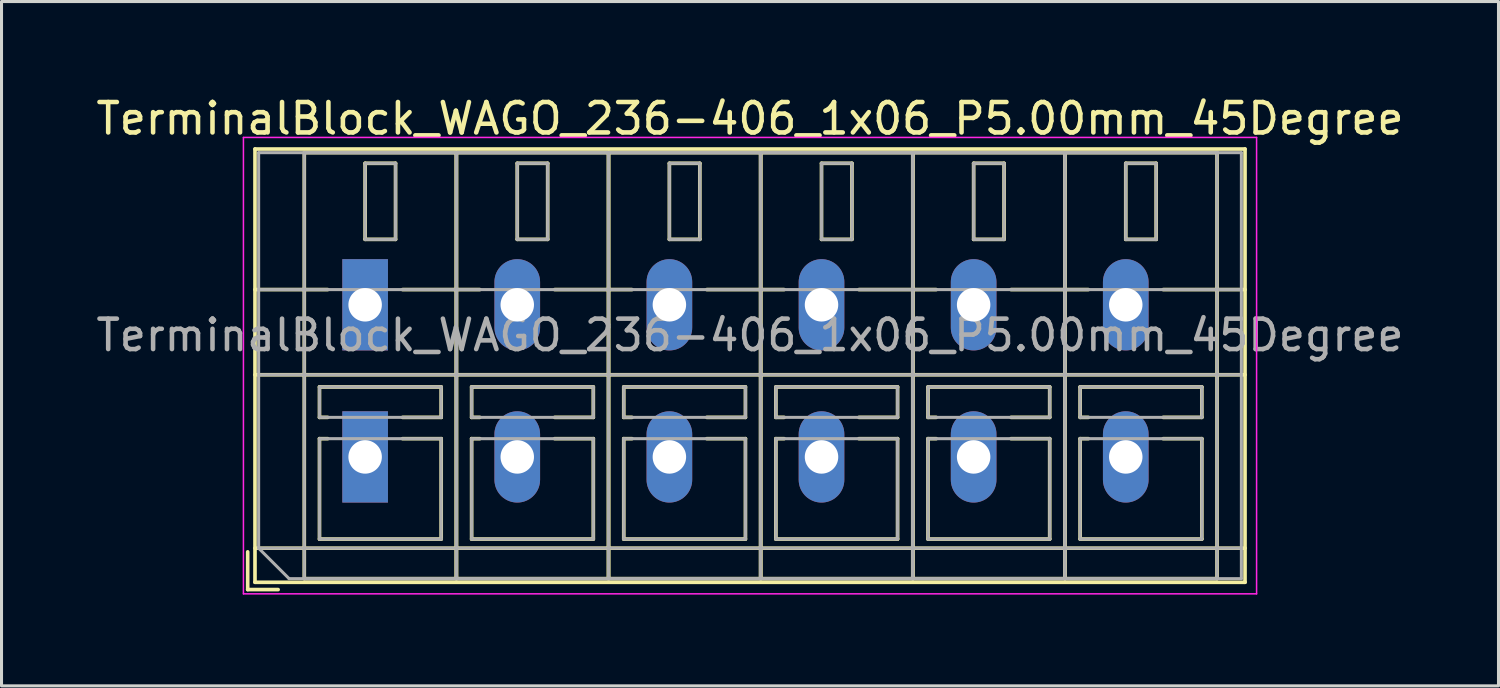
<source format=kicad_pcb>
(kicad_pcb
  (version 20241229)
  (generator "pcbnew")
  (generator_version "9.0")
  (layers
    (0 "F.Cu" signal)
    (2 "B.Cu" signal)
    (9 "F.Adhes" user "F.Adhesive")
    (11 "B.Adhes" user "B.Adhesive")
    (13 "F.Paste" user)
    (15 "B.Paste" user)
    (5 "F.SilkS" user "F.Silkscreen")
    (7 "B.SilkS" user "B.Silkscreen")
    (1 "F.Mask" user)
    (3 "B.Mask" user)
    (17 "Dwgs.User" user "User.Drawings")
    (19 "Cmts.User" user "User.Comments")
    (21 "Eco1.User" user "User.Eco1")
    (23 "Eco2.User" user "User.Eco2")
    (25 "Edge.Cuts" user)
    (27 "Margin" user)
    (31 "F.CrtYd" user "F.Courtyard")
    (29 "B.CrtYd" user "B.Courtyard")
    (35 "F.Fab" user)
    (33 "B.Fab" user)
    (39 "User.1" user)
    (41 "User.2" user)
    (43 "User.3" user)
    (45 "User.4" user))
  (footprint "TerminalBlock_WAGO_236-406_1x06_P5.00mm_45Degree"
    (layer "F.Cu")
    (at 8.951 6.968)
    (property "Reference" "TerminalBlock_WAGO_236-406_1x06_P5.00mm_45Degree" (at 12.65 -6.12 0) (layer "F.SilkS") (effects (font (size 1 1) (thickness 0.15))))
    (attr through_hole)
    (fp_line (start -3.86 8.12) (end -3.86 9.36) (stroke (width 0.12) (type solid)) (layer "F.SilkS"))
    (fp_line (start -3.86 9.36) (end -2.86 9.36) (stroke (width 0.12) (type solid)) (layer "F.SilkS"))
    (fp_line (start -3.62 -5.12) (end -3.62 9.12) (stroke (width 0.12) (type solid)) (layer "F.SilkS"))
    (fp_line (start -3.62 -5.12) (end 28.92 -5.12) (stroke (width 0.12) (type solid)) (layer "F.SilkS"))
    (fp_line (start -3.62 -0.5) (end -1.23 -0.5) (stroke (width 0.12) (type solid)) (layer "F.SilkS"))
    (fp_line (start -3.62 2.3) (end 28.92 2.3) (stroke (width 0.12) (type solid)) (layer "F.SilkS"))
    (fp_line (start -3.62 8) (end 28.92 8) (stroke (width 0.12) (type solid)) (layer "F.SilkS"))
    (fp_line (start -3.62 9.12) (end 28.92 9.12) (stroke (width 0.12) (type solid)) (layer "F.SilkS"))
    (fp_line (start -2 -5) (end -2 9) (stroke (width 0.12) (type solid)) (layer "F.SilkS"))
    (fp_line (start -2 -5) (end 3 -5) (stroke (width 0.12) (type solid)) (layer "F.SilkS"))
    (fp_line (start -2 9) (end 3 9) (stroke (width 0.12) (type solid)) (layer "F.SilkS"))
    (fp_line (start -1.5 2.7) (end -1.5 3.7) (stroke (width 0.12) (type solid)) (layer "F.SilkS"))
    (fp_line (start -1.5 2.7) (end 2.5 2.7) (stroke (width 0.12) (type solid)) (layer "F.SilkS"))
    (fp_line (start -1.5 3.7) (end -1.23 3.7) (stroke (width 0.12) (type solid)) (layer "F.SilkS"))
    (fp_line (start -1.5 4.4) (end -1.5 7.7) (stroke (width 0.12) (type solid)) (layer "F.SilkS"))
    (fp_line (start -1.5 4.4) (end -1.23 4.4) (stroke (width 0.12) (type solid)) (layer "F.SilkS"))
    (fp_line (start -1.5 7.7) (end 2.5 7.7) (stroke (width 0.12) (type solid)) (layer "F.SilkS"))
    (fp_line (start 0 -4.65) (end 0 -2.151) (stroke (width 0.12) (type solid)) (layer "F.SilkS"))
    (fp_line (start 0 -4.65) (end 1 -4.65) (stroke (width 0.12) (type solid)) (layer "F.SilkS"))
    (fp_line (start 0 -2.151) (end 1 -2.151) (stroke (width 0.12) (type solid)) (layer "F.SilkS"))
    (fp_line (start 1 -4.65) (end 1 -2.151) (stroke (width 0.12) (type solid)) (layer "F.SilkS"))
    (fp_line (start 1.23 -0.5) (end 3.77 -0.5) (stroke (width 0.12) (type solid)) (layer "F.SilkS"))
    (fp_line (start 1.23 3.7) (end 2.5 3.7) (stroke (width 0.12) (type solid)) (layer "F.SilkS"))
    (fp_line (start 1.23 4.4) (end 2.5 4.4) (stroke (width 0.12) (type solid)) (layer "F.SilkS"))
    (fp_line (start 2.5 2.7) (end 2.5 3.7) (stroke (width 0.12) (type solid)) (layer "F.SilkS"))
    (fp_line (start 2.5 4.4) (end 2.5 7.7) (stroke (width 0.12) (type solid)) (layer "F.SilkS"))
    (fp_line (start 3 -5) (end 3 9) (stroke (width 0.12) (type solid)) (layer "F.SilkS"))
    (fp_line (start 3 -5) (end 3 9) (stroke (width 0.12) (type solid)) (layer "F.SilkS"))
    (fp_line (start 3 -5) (end 8 -5) (stroke (width 0.12) (type solid)) (layer "F.SilkS"))
    (fp_line (start 3 9) (end 8 9) (stroke (width 0.12) (type solid)) (layer "F.SilkS"))
    (fp_line (start 3.5 2.7) (end 3.5 3.7) (stroke (width 0.12) (type solid)) (layer "F.SilkS"))
    (fp_line (start 3.5 2.7) (end 7.5 2.7) (stroke (width 0.12) (type solid)) (layer "F.SilkS"))
    (fp_line (start 3.5 3.7) (end 3.77 3.7) (stroke (width 0.12) (type solid)) (layer "F.SilkS"))
    (fp_line (start 3.5 4.4) (end 3.5 7.7) (stroke (width 0.12) (type solid)) (layer "F.SilkS"))
    (fp_line (start 3.5 4.4) (end 3.77 4.4) (stroke (width 0.12) (type solid)) (layer "F.SilkS"))
    (fp_line (start 3.5 7.7) (end 7.5 7.7) (stroke (width 0.12) (type solid)) (layer "F.SilkS"))
    (fp_line (start 5 -4.65) (end 5 -2.151) (stroke (width 0.12) (type solid)) (layer "F.SilkS"))
    (fp_line (start 5 -4.65) (end 6 -4.65) (stroke (width 0.12) (type solid)) (layer "F.SilkS"))
    (fp_line (start 5 -2.151) (end 6 -2.151) (stroke (width 0.12) (type solid)) (layer "F.SilkS"))
    (fp_line (start 6 -4.65) (end 6 -2.151) (stroke (width 0.12) (type solid)) (layer "F.SilkS"))
    (fp_line (start 6.23 -0.5) (end 8.77 -0.5) (stroke (width 0.12) (type solid)) (layer "F.SilkS"))
    (fp_line (start 6.23 3.7) (end 7.5 3.7) (stroke (width 0.12) (type solid)) (layer "F.SilkS"))
    (fp_line (start 6.23 4.4) (end 7.5 4.4) (stroke (width 0.12) (type solid)) (layer "F.SilkS"))
    (fp_line (start 7.5 2.7) (end 7.5 3.7) (stroke (width 0.12) (type solid)) (layer "F.SilkS"))
    (fp_line (start 7.5 4.4) (end 7.5 7.7) (stroke (width 0.12) (type solid)) (layer "F.SilkS"))
    (fp_line (start 8 -5) (end 8 9) (stroke (width 0.12) (type solid)) (layer "F.SilkS"))
    (fp_line (start 8 -5) (end 8 9) (stroke (width 0.12) (type solid)) (layer "F.SilkS"))
    (fp_line (start 8 -5) (end 13 -5) (stroke (width 0.12) (type solid)) (layer "F.SilkS"))
    (fp_line (start 8 9) (end 13 9) (stroke (width 0.12) (type solid)) (layer "F.SilkS"))
    (fp_line (start 8.5 2.7) (end 8.5 3.7) (stroke (width 0.12) (type solid)) (layer "F.SilkS"))
    (fp_line (start 8.5 2.7) (end 12.5 2.7) (stroke (width 0.12) (type solid)) (layer "F.SilkS"))
    (fp_line (start 8.5 3.7) (end 8.77 3.7) (stroke (width 0.12) (type solid)) (layer "F.SilkS"))
    (fp_line (start 8.5 4.4) (end 8.5 7.7) (stroke (width 0.12) (type solid)) (layer "F.SilkS"))
    (fp_line (start 8.5 4.4) (end 8.77 4.4) (stroke (width 0.12) (type solid)) (layer "F.SilkS"))
    (fp_line (start 8.5 7.7) (end 12.5 7.7) (stroke (width 0.12) (type solid)) (layer "F.SilkS"))
    (fp_line (start 10 -4.65) (end 10 -2.151) (stroke (width 0.12) (type solid)) (layer "F.SilkS"))
    (fp_line (start 10 -4.65) (end 11 -4.65) (stroke (width 0.12) (type solid)) (layer "F.SilkS"))
    (fp_line (start 10 -2.151) (end 11 -2.151) (stroke (width 0.12) (type solid)) (layer "F.SilkS"))
    (fp_line (start 11 -4.65) (end 11 -2.151) (stroke (width 0.12) (type solid)) (layer "F.SilkS"))
    (fp_line (start 11.23 -0.5) (end 13.77 -0.5) (stroke (width 0.12) (type solid)) (layer "F.SilkS"))
    (fp_line (start 11.23 3.7) (end 12.5 3.7) (stroke (width 0.12) (type solid)) (layer "F.SilkS"))
    (fp_line (start 11.23 4.4) (end 12.5 4.4) (stroke (width 0.12) (type solid)) (layer "F.SilkS"))
    (fp_line (start 12.5 2.7) (end 12.5 3.7) (stroke (width 0.12) (type solid)) (layer "F.SilkS"))
    (fp_line (start 12.5 4.4) (end 12.5 7.7) (stroke (width 0.12) (type solid)) (layer "F.SilkS"))
    (fp_line (start 13 -5) (end 13 9) (stroke (width 0.12) (type solid)) (layer "F.SilkS"))
    (fp_line (start 13 -5) (end 13 9) (stroke (width 0.12) (type solid)) (layer "F.SilkS"))
    (fp_line (start 13 -5) (end 18 -5) (stroke (width 0.12) (type solid)) (layer "F.SilkS"))
    (fp_line (start 13 9) (end 18 9) (stroke (width 0.12) (type solid)) (layer "F.SilkS"))
    (fp_line (start 13.5 2.7) (end 13.5 3.7) (stroke (width 0.12) (type solid)) (layer "F.SilkS"))
    (fp_line (start 13.5 2.7) (end 17.5 2.7) (stroke (width 0.12) (type solid)) (layer "F.SilkS"))
    (fp_line (start 13.5 3.7) (end 13.77 3.7) (stroke (width 0.12) (type solid)) (layer "F.SilkS"))
    (fp_line (start 13.5 4.4) (end 13.5 7.7) (stroke (width 0.12) (type solid)) (layer "F.SilkS"))
    (fp_line (start 13.5 4.4) (end 13.77 4.4) (stroke (width 0.12) (type solid)) (layer "F.SilkS"))
    (fp_line (start 13.5 7.7) (end 17.5 7.7) (stroke (width 0.12) (type solid)) (layer "F.SilkS"))
    (fp_line (start 15 -4.65) (end 15 -2.151) (stroke (width 0.12) (type solid)) (layer "F.SilkS"))
    (fp_line (start 15 -4.65) (end 16 -4.65) (stroke (width 0.12) (type solid)) (layer "F.SilkS"))
    (fp_line (start 15 -2.151) (end 16 -2.151) (stroke (width 0.12) (type solid)) (layer "F.SilkS"))
    (fp_line (start 16 -4.65) (end 16 -2.151) (stroke (width 0.12) (type solid)) (layer "F.SilkS"))
    (fp_line (start 16.23 -0.5) (end 18.77 -0.5) (stroke (width 0.12) (type solid)) (layer "F.SilkS"))
    (fp_line (start 16.23 3.7) (end 17.5 3.7) (stroke (width 0.12) (type solid)) (layer "F.SilkS"))
    (fp_line (start 16.23 4.4) (end 17.5 4.4) (stroke (width 0.12) (type solid)) (layer "F.SilkS"))
    (fp_line (start 17.5 2.7) (end 17.5 3.7) (stroke (width 0.12) (type solid)) (layer "F.SilkS"))
    (fp_line (start 17.5 4.4) (end 17.5 7.7) (stroke (width 0.12) (type solid)) (layer "F.SilkS"))
    (fp_line (start 18 -5) (end 18 9) (stroke (width 0.12) (type solid)) (layer "F.SilkS"))
    (fp_line (start 18 -5) (end 18 9) (stroke (width 0.12) (type solid)) (layer "F.SilkS"))
    (fp_line (start 18 -5) (end 23 -5) (stroke (width 0.12) (type solid)) (layer "F.SilkS"))
    (fp_line (start 18 9) (end 23 9) (stroke (width 0.12) (type solid)) (layer "F.SilkS"))
    (fp_line (start 18.5 2.7) (end 18.5 3.7) (stroke (width 0.12) (type solid)) (layer "F.SilkS"))
    (fp_line (start 18.5 2.7) (end 22.5 2.7) (stroke (width 0.12) (type solid)) (layer "F.SilkS"))
    (fp_line (start 18.5 3.7) (end 18.77 3.7) (stroke (width 0.12) (type solid)) (layer "F.SilkS"))
    (fp_line (start 18.5 4.4) (end 18.5 7.7) (stroke (width 0.12) (type solid)) (layer "F.SilkS"))
    (fp_line (start 18.5 4.4) (end 18.77 4.4) (stroke (width 0.12) (type solid)) (layer "F.SilkS"))
    (fp_line (start 18.5 7.7) (end 22.5 7.7) (stroke (width 0.12) (type solid)) (layer "F.SilkS"))
    (fp_line (start 20 -4.65) (end 20 -2.151) (stroke (width 0.12) (type solid)) (layer "F.SilkS"))
    (fp_line (start 20 -4.65) (end 21 -4.65) (stroke (width 0.12) (type solid)) (layer "F.SilkS"))
    (fp_line (start 20 -2.151) (end 21 -2.151) (stroke (width 0.12) (type solid)) (layer "F.SilkS"))
    (fp_line (start 21 -4.65) (end 21 -2.151) (stroke (width 0.12) (type solid)) (layer "F.SilkS"))
    (fp_line (start 21.23 -0.5) (end 23.77 -0.5) (stroke (width 0.12) (type solid)) (layer "F.SilkS"))
    (fp_line (start 21.23 3.7) (end 22.5 3.7) (stroke (width 0.12) (type solid)) (layer "F.SilkS"))
    (fp_line (start 21.23 4.4) (end 22.5 4.4) (stroke (width 0.12) (type solid)) (layer "F.SilkS"))
    (fp_line (start 22.5 2.7) (end 22.5 3.7) (stroke (width 0.12) (type solid)) (layer "F.SilkS"))
    (fp_line (start 22.5 4.4) (end 22.5 7.7) (stroke (width 0.12) (type solid)) (layer "F.SilkS"))
    (fp_line (start 23 -5) (end 23 9) (stroke (width 0.12) (type solid)) (layer "F.SilkS"))
    (fp_line (start 23 -5) (end 23 9) (stroke (width 0.12) (type solid)) (layer "F.SilkS"))
    (fp_line (start 23 -5) (end 28 -5) (stroke (width 0.12) (type solid)) (layer "F.SilkS"))
    (fp_line (start 23 9) (end 28 9) (stroke (width 0.12) (type solid)) (layer "F.SilkS"))
    (fp_line (start 23.5 2.7) (end 23.5 3.7) (stroke (width 0.12) (type solid)) (layer "F.SilkS"))
    (fp_line (start 23.5 2.7) (end 27.5 2.7) (stroke (width 0.12) (type solid)) (layer "F.SilkS"))
    (fp_line (start 23.5 3.7) (end 23.77 3.7) (stroke (width 0.12) (type solid)) (layer "F.SilkS"))
    (fp_line (start 23.5 4.4) (end 23.5 7.7) (stroke (width 0.12) (type solid)) (layer "F.SilkS"))
    (fp_line (start 23.5 4.4) (end 23.77 4.4) (stroke (width 0.12) (type solid)) (layer "F.SilkS"))
    (fp_line (start 23.5 7.7) (end 27.5 7.7) (stroke (width 0.12) (type solid)) (layer "F.SilkS"))
    (fp_line (start 25 -4.65) (end 25 -2.151) (stroke (width 0.12) (type solid)) (layer "F.SilkS"))
    (fp_line (start 25 -4.65) (end 26 -4.65) (stroke (width 0.12) (type solid)) (layer "F.SilkS"))
    (fp_line (start 25 -2.151) (end 26 -2.151) (stroke (width 0.12) (type solid)) (layer "F.SilkS"))
    (fp_line (start 26 -4.65) (end 26 -2.151) (stroke (width 0.12) (type solid)) (layer "F.SilkS"))
    (fp_line (start 26.23 -0.5) (end 28.92 -0.5) (stroke (width 0.12) (type solid)) (layer "F.SilkS"))
    (fp_line (start 26.23 3.7) (end 27.5 3.7) (stroke (width 0.12) (type solid)) (layer "F.SilkS"))
    (fp_line (start 26.23 4.4) (end 27.5 4.4) (stroke (width 0.12) (type solid)) (layer "F.SilkS"))
    (fp_line (start 27.5 2.7) (end 27.5 3.7) (stroke (width 0.12) (type solid)) (layer "F.SilkS"))
    (fp_line (start 27.5 4.4) (end 27.5 7.7) (stroke (width 0.12) (type solid)) (layer "F.SilkS"))
    (fp_line (start 28 -5) (end 28 9) (stroke (width 0.12) (type solid)) (layer "F.SilkS"))
    (fp_line (start 28.92 -5.12) (end 28.92 9.12) (stroke (width 0.12) (type solid)) (layer "F.SilkS"))
    (fp_line (start -4 -5.5) (end -4 9.5) (stroke (width 0.05) (type solid)) (layer "F.CrtYd"))
    (fp_line (start -4 9.5) (end 29.3 9.5) (stroke (width 0.05) (type solid)) (layer "F.CrtYd"))
    (fp_line (start 29.3 -5.5) (end -4 -5.5) (stroke (width 0.05) (type solid)) (layer "F.CrtYd"))
    (fp_line (start 29.3 9.5) (end 29.3 -5.5) (stroke (width 0.05) (type solid)) (layer "F.CrtYd"))
    (fp_line (start -3.5 -5) (end 28.8 -5) (stroke (width 0.1) (type solid)) (layer "F.Fab"))
    (fp_line (start -3.5 -0.5) (end 28.8 -0.5) (stroke (width 0.1) (type solid)) (layer "F.Fab"))
    (fp_line (start -3.5 2.3) (end 28.8 2.3) (stroke (width 0.1) (type solid)) (layer "F.Fab"))
    (fp_line (start -3.5 8) (end -3.5 -5) (stroke (width 0.1) (type solid)) (layer "F.Fab"))
    (fp_line (start -3.5 8) (end 28.8 8) (stroke (width 0.1) (type solid)) (layer "F.Fab"))
    (fp_line (start -2.5 9) (end -3.5 8) (stroke (width 0.1) (type solid)) (layer "F.Fab"))
    (fp_line (start -2 -5) (end -2 9) (stroke (width 0.1) (type solid)) (layer "F.Fab"))
    (fp_line (start -2 9) (end 3 9) (stroke (width 0.1) (type solid)) (layer "F.Fab"))
    (fp_line (start -1.5 2.7) (end -1.5 3.7) (stroke (width 0.1) (type solid)) (layer "F.Fab"))
    (fp_line (start -1.5 3.7) (end 2.5 3.7) (stroke (width 0.1) (type solid)) (layer "F.Fab"))
    (fp_line (start -1.5 4.4) (end -1.5 7.7) (stroke (width 0.1) (type solid)) (layer "F.Fab"))
    (fp_line (start -1.5 7.7) (end 2.5 7.7) (stroke (width 0.1) (type solid)) (layer "F.Fab"))
    (fp_line (start 0 -4.65) (end 0 -2.15) (stroke (width 0.1) (type solid)) (layer "F.Fab"))
    (fp_line (start 0 -2.15) (end 1 -2.15) (stroke (width 0.1) (type solid)) (layer "F.Fab"))
    (fp_line (start 1 -4.65) (end 0 -4.65) (stroke (width 0.1) (type solid)) (layer "F.Fab"))
    (fp_line (start 1 -2.15) (end 1 -4.65) (stroke (width 0.1) (type solid)) (layer "F.Fab"))
    (fp_line (start 2.5 2.7) (end -1.5 2.7) (stroke (width 0.1) (type solid)) (layer "F.Fab"))
    (fp_line (start 2.5 3.7) (end 2.5 2.7) (stroke (width 0.1) (type solid)) (layer "F.Fab"))
    (fp_line (start 2.5 4.4) (end -1.5 4.4) (stroke (width 0.1) (type solid)) (layer "F.Fab"))
    (fp_line (start 2.5 7.7) (end 2.5 4.4) (stroke (width 0.1) (type solid)) (layer "F.Fab"))
    (fp_line (start 3 -5) (end -2 -5) (stroke (width 0.1) (type solid)) (layer "F.Fab"))
    (fp_line (start 3 -5) (end 3 9) (stroke (width 0.1) (type solid)) (layer "F.Fab"))
    (fp_line (start 3 9) (end 3 -5) (stroke (width 0.1) (type solid)) (layer "F.Fab"))
    (fp_line (start 3 9) (end 8 9) (stroke (width 0.1) (type solid)) (layer "F.Fab"))
    (fp_line (start 3.5 2.7) (end 3.5 3.7) (stroke (width 0.1) (type solid)) (layer "F.Fab"))
    (fp_line (start 3.5 3.7) (end 7.5 3.7) (stroke (width 0.1) (type solid)) (layer "F.Fab"))
    (fp_line (start 3.5 4.4) (end 3.5 7.7) (stroke (width 0.1) (type solid)) (layer "F.Fab"))
    (fp_line (start 3.5 7.7) (end 7.5 7.7) (stroke (width 0.1) (type solid)) (layer "F.Fab"))
    (fp_line (start 5 -4.65) (end 5 -2.15) (stroke (width 0.1) (type solid)) (layer "F.Fab"))
    (fp_line (start 5 -2.15) (end 6 -2.15) (stroke (width 0.1) (type solid)) (layer "F.Fab"))
    (fp_line (start 6 -4.65) (end 5 -4.65) (stroke (width 0.1) (type solid)) (layer "F.Fab"))
    (fp_line (start 6 -2.15) (end 6 -4.65) (stroke (width 0.1) (type solid)) (layer "F.Fab"))
    (fp_line (start 7.5 2.7) (end 3.5 2.7) (stroke (width 0.1) (type solid)) (layer "F.Fab"))
    (fp_line (start 7.5 3.7) (end 7.5 2.7) (stroke (width 0.1) (type solid)) (layer "F.Fab"))
    (fp_line (start 7.5 4.4) (end 3.5 4.4) (stroke (width 0.1) (type solid)) (layer "F.Fab"))
    (fp_line (start 7.5 7.7) (end 7.5 4.4) (stroke (width 0.1) (type solid)) (layer "F.Fab"))
    (fp_line (start 8 -5) (end 3 -5) (stroke (width 0.1) (type solid)) (layer "F.Fab"))
    (fp_line (start 8 -5) (end 8 9) (stroke (width 0.1) (type solid)) (layer "F.Fab"))
    (fp_line (start 8 9) (end 8 -5) (stroke (width 0.1) (type solid)) (layer "F.Fab"))
    (fp_line (start 8 9) (end 13 9) (stroke (width 0.1) (type solid)) (layer "F.Fab"))
    (fp_line (start 8.5 2.7) (end 8.5 3.7) (stroke (width 0.1) (type solid)) (layer "F.Fab"))
    (fp_line (start 8.5 3.7) (end 12.5 3.7) (stroke (width 0.1) (type solid)) (layer "F.Fab"))
    (fp_line (start 8.5 4.4) (end 8.5 7.7) (stroke (width 0.1) (type solid)) (layer "F.Fab"))
    (fp_line (start 8.5 7.7) (end 12.5 7.7) (stroke (width 0.1) (type solid)) (layer "F.Fab"))
    (fp_line (start 10 -4.65) (end 10 -2.15) (stroke (width 0.1) (type solid)) (layer "F.Fab"))
    (fp_line (start 10 -2.15) (end 11 -2.15) (stroke (width 0.1) (type solid)) (layer "F.Fab"))
    (fp_line (start 11 -4.65) (end 10 -4.65) (stroke (width 0.1) (type solid)) (layer "F.Fab"))
    (fp_line (start 11 -2.15) (end 11 -4.65) (stroke (width 0.1) (type solid)) (layer "F.Fab"))
    (fp_line (start 12.5 2.7) (end 8.5 2.7) (stroke (width 0.1) (type solid)) (layer "F.Fab"))
    (fp_line (start 12.5 3.7) (end 12.5 2.7) (stroke (width 0.1) (type solid)) (layer "F.Fab"))
    (fp_line (start 12.5 4.4) (end 8.5 4.4) (stroke (width 0.1) (type solid)) (layer "F.Fab"))
    (fp_line (start 12.5 7.7) (end 12.5 4.4) (stroke (width 0.1) (type solid)) (layer "F.Fab"))
    (fp_line (start 13 -5) (end 8 -5) (stroke (width 0.1) (type solid)) (layer "F.Fab"))
    (fp_line (start 13 -5) (end 13 9) (stroke (width 0.1) (type solid)) (layer "F.Fab"))
    (fp_line (start 13 9) (end 13 -5) (stroke (width 0.1) (type solid)) (layer "F.Fab"))
    (fp_line (start 13 9) (end 18 9) (stroke (width 0.1) (type solid)) (layer "F.Fab"))
    (fp_line (start 13.5 2.7) (end 13.5 3.7) (stroke (width 0.1) (type solid)) (layer "F.Fab"))
    (fp_line (start 13.5 3.7) (end 17.5 3.7) (stroke (width 0.1) (type solid)) (layer "F.Fab"))
    (fp_line (start 13.5 4.4) (end 13.5 7.7) (stroke (width 0.1) (type solid)) (layer "F.Fab"))
    (fp_line (start 13.5 7.7) (end 17.5 7.7) (stroke (width 0.1) (type solid)) (layer "F.Fab"))
    (fp_line (start 15 -4.65) (end 15 -2.15) (stroke (width 0.1) (type solid)) (layer "F.Fab"))
    (fp_line (start 15 -2.15) (end 16 -2.15) (stroke (width 0.1) (type solid)) (layer "F.Fab"))
    (fp_line (start 16 -4.65) (end 15 -4.65) (stroke (width 0.1) (type solid)) (layer "F.Fab"))
    (fp_line (start 16 -2.15) (end 16 -4.65) (stroke (width 0.1) (type solid)) (layer "F.Fab"))
    (fp_line (start 17.5 2.7) (end 13.5 2.7) (stroke (width 0.1) (type solid)) (layer "F.Fab"))
    (fp_line (start 17.5 3.7) (end 17.5 2.7) (stroke (width 0.1) (type solid)) (layer "F.Fab"))
    (fp_line (start 17.5 4.4) (end 13.5 4.4) (stroke (width 0.1) (type solid)) (layer "F.Fab"))
    (fp_line (start 17.5 7.7) (end 17.5 4.4) (stroke (width 0.1) (type solid)) (layer "F.Fab"))
    (fp_line (start 18 -5) (end 13 -5) (stroke (width 0.1) (type solid)) (layer "F.Fab"))
    (fp_line (start 18 -5) (end 18 9) (stroke (width 0.1) (type solid)) (layer "F.Fab"))
    (fp_line (start 18 9) (end 18 -5) (stroke (width 0.1) (type solid)) (layer "F.Fab"))
    (fp_line (start 18 9) (end 23 9) (stroke (width 0.1) (type solid)) (layer "F.Fab"))
    (fp_line (start 18.5 2.7) (end 18.5 3.7) (stroke (width 0.1) (type solid)) (layer "F.Fab"))
    (fp_line (start 18.5 3.7) (end 22.5 3.7) (stroke (width 0.1) (type solid)) (layer "F.Fab"))
    (fp_line (start 18.5 4.4) (end 18.5 7.7) (stroke (width 0.1) (type solid)) (layer "F.Fab"))
    (fp_line (start 18.5 7.7) (end 22.5 7.7) (stroke (width 0.1) (type solid)) (layer "F.Fab"))
    (fp_line (start 20 -4.65) (end 20 -2.15) (stroke (width 0.1) (type solid)) (layer "F.Fab"))
    (fp_line (start 20 -2.15) (end 21 -2.15) (stroke (width 0.1) (type solid)) (layer "F.Fab"))
    (fp_line (start 21 -4.65) (end 20 -4.65) (stroke (width 0.1) (type solid)) (layer "F.Fab"))
    (fp_line (start 21 -2.15) (end 21 -4.65) (stroke (width 0.1) (type solid)) (layer "F.Fab"))
    (fp_line (start 22.5 2.7) (end 18.5 2.7) (stroke (width 0.1) (type solid)) (layer "F.Fab"))
    (fp_line (start 22.5 3.7) (end 22.5 2.7) (stroke (width 0.1) (type solid)) (layer "F.Fab"))
    (fp_line (start 22.5 4.4) (end 18.5 4.4) (stroke (width 0.1) (type solid)) (layer "F.Fab"))
    (fp_line (start 22.5 7.7) (end 22.5 4.4) (stroke (width 0.1) (type solid)) (layer "F.Fab"))
    (fp_line (start 23 -5) (end 18 -5) (stroke (width 0.1) (type solid)) (layer "F.Fab"))
    (fp_line (start 23 -5) (end 23 9) (stroke (width 0.1) (type solid)) (layer "F.Fab"))
    (fp_line (start 23 9) (end 23 -5) (stroke (width 0.1) (type solid)) (layer "F.Fab"))
    (fp_line (start 23 9) (end 28 9) (stroke (width 0.1) (type solid)) (layer "F.Fab"))
    (fp_line (start 23.5 2.7) (end 23.5 3.7) (stroke (width 0.1) (type solid)) (layer "F.Fab"))
    (fp_line (start 23.5 3.7) (end 27.5 3.7) (stroke (width 0.1) (type solid)) (layer "F.Fab"))
    (fp_line (start 23.5 4.4) (end 23.5 7.7) (stroke (width 0.1) (type solid)) (layer "F.Fab"))
    (fp_line (start 23.5 7.7) (end 27.5 7.7) (stroke (width 0.1) (type solid)) (layer "F.Fab"))
    (fp_line (start 25 -4.65) (end 25 -2.15) (stroke (width 0.1) (type solid)) (layer "F.Fab"))
    (fp_line (start 25 -2.15) (end 26 -2.15) (stroke (width 0.1) (type solid)) (layer "F.Fab"))
    (fp_line (start 26 -4.65) (end 25 -4.65) (stroke (width 0.1) (type solid)) (layer "F.Fab"))
    (fp_line (start 26 -2.15) (end 26 -4.65) (stroke (width 0.1) (type solid)) (layer "F.Fab"))
    (fp_line (start 27.5 2.7) (end 23.5 2.7) (stroke (width 0.1) (type solid)) (layer "F.Fab"))
    (fp_line (start 27.5 3.7) (end 27.5 2.7) (stroke (width 0.1) (type solid)) (layer "F.Fab"))
    (fp_line (start 27.5 4.4) (end 23.5 4.4) (stroke (width 0.1) (type solid)) (layer "F.Fab"))
    (fp_line (start 27.5 7.7) (end 27.5 4.4) (stroke (width 0.1) (type solid)) (layer "F.Fab"))
    (fp_line (start 28 -5) (end 23 -5) (stroke (width 0.1) (type solid)) (layer "F.Fab"))
    (fp_line (start 28 9) (end 28 -5) (stroke (width 0.1) (type solid)) (layer "F.Fab"))
    (fp_line (start 28.8 -5) (end 28.8 9) (stroke (width 0.1) (type solid)) (layer "F.Fab"))
    (fp_line (start 28.8 9) (end -2.5 9) (stroke (width 0.1) (type solid)) (layer "F.Fab"))
    (fp_text user "${REFERENCE}" (at 12.65 1 0) (layer "F.Fab") (effects (font (size 1 1) (thickness 0.15))))
    (pad "1" thru_hole rect (at 0 0) (size 1.5 3) (drill 1.1) (layers "*.Cu" "*.Mask"))
    (pad "1" thru_hole rect (at 0 5) (size 1.5 3) (drill 1.1) (layers "*.Cu" "*.Mask"))
    (pad "2" thru_hole oval (at 5 0) (size 1.5 3) (drill 1.1) (layers "*.Cu" "*.Mask"))
    (pad "2" thru_hole oval (at 5 5) (size 1.5 3) (drill 1.1) (layers "*.Cu" "*.Mask"))
    (pad "3" thru_hole oval (at 10 0) (size 1.5 3) (drill 1.1) (layers "*.Cu" "*.Mask"))
    (pad "3" thru_hole oval (at 10 5) (size 1.5 3) (drill 1.1) (layers "*.Cu" "*.Mask"))
    (pad "4" thru_hole oval (at 15 0) (size 1.5 3) (drill 1.1) (layers "*.Cu" "*.Mask"))
    (pad "4" thru_hole oval (at 15 5) (size 1.5 3) (drill 1.1) (layers "*.Cu" "*.Mask"))
    (pad "5" thru_hole oval (at 20 0) (size 1.5 3) (drill 1.1) (layers "*.Cu" "*.Mask"))
    (pad "5" thru_hole oval (at 20 5) (size 1.5 3) (drill 1.1) (layers "*.Cu" "*.Mask"))
    (pad "6" thru_hole oval (at 25 0) (size 1.5 3) (drill 1.1) (layers "*.Cu" "*.Mask"))
    (pad "6" thru_hole oval (at 25 5) (size 1.5 3) (drill 1.1) (layers "*.Cu" "*.Mask")))
  (gr_rect
    (start -3 -3)
    (end 46.202 19.493)
    (stroke (width 0.1) (type default))
    (fill no)
    (layer "Edge.Cuts")))
</source>
